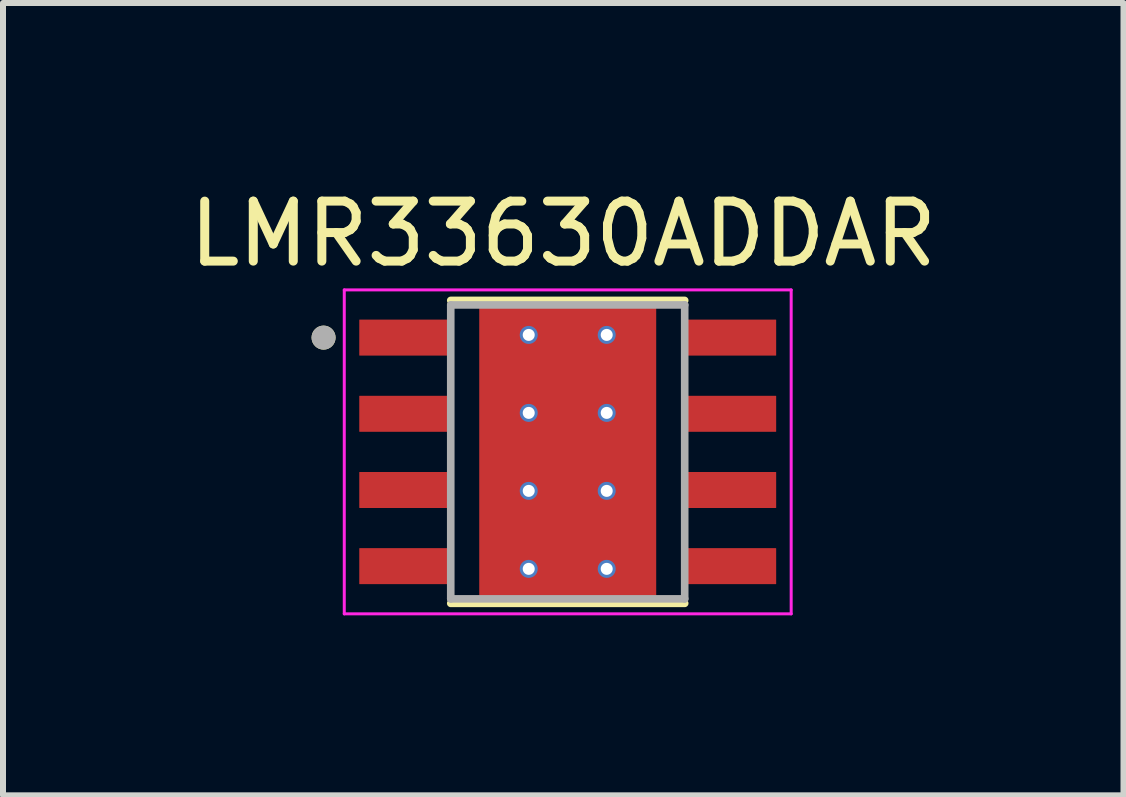
<source format=kicad_pcb>
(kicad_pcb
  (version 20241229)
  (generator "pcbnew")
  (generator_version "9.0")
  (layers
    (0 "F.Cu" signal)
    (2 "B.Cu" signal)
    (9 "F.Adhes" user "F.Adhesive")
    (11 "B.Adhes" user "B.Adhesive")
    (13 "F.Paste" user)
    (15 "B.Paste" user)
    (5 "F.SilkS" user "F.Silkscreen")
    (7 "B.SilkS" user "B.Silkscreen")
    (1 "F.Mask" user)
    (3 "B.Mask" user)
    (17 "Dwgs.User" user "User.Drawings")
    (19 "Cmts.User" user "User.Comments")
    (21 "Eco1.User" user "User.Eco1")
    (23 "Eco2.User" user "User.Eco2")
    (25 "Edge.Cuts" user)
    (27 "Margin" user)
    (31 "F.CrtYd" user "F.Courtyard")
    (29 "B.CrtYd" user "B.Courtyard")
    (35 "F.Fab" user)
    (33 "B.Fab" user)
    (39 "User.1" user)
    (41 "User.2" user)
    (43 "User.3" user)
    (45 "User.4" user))
  (footprint "LMR33630ADDAR"
    (layer "F.Cu")
    (at 6.414 4.483)
    (property "Reference" "LMR33630ADDAR" (at -0.075 -3.635 0) (layer "F.SilkS") (effects (font (size 1 1) (thickness 0.15))))
    (attr smd)
    (fp_poly (pts (xy -1.355 -1.7) (xy 1.355 -1.7) (xy 1.355 1.7) (xy -1.355 1.7)) (stroke (width 0.01) (type solid)) (fill yes) (layer "F.Mask"))
    (fp_poly (pts (xy -1.905 -1.535) (xy -3.495 -1.535) (xy -3.498 -1.535) (xy -3.5 -1.535) (xy -3.503 -1.536) (xy -3.505 -1.536) (xy -3.508 -1.537) (xy -3.51 -1.537) (xy -3.513 -1.538) (xy -3.515 -1.539) (xy -3.518 -1.54) (xy -3.52 -1.542) (xy -3.522 -1.543) (xy -3.524 -1.545) (xy -3.526 -1.546) (xy -3.528 -1.548) (xy -3.53 -1.55) (xy -3.532 -1.552) (xy -3.534 -1.554) (xy -3.535 -1.556) (xy -3.537 -1.558) (xy -3.538 -1.56) (xy -3.54 -1.562) (xy -3.541 -1.565) (xy -3.542 -1.567) (xy -3.543 -1.57) (xy -3.543 -1.572) (xy -3.544 -1.575) (xy -3.544 -1.577) (xy -3.545 -1.58) (xy -3.545 -1.582) (xy -3.545 -1.585) (xy -3.545 -2.225) (xy -3.545 -2.228) (xy -3.545 -2.23) (xy -3.544 -2.233) (xy -3.544 -2.235) (xy -3.543 -2.238) (xy -3.543 -2.24) (xy -3.542 -2.243) (xy -3.541 -2.245) (xy -3.54 -2.248) (xy -3.538 -2.25) (xy -3.537 -2.252) (xy -3.535 -2.254) (xy -3.534 -2.256) (xy -3.532 -2.258) (xy -3.53 -2.26) (xy -3.528 -2.262) (xy -3.526 -2.264) (xy -3.524 -2.265) (xy -3.522 -2.267) (xy -3.52 -2.268) (xy -3.518 -2.27) (xy -3.515 -2.271) (xy -3.513 -2.272) (xy -3.51 -2.273) (xy -3.508 -2.273) (xy -3.505 -2.274) (xy -3.503 -2.274) (xy -3.5 -2.275) (xy -3.498 -2.275) (xy -3.495 -2.275) (xy -1.905 -2.275) (xy -1.902 -2.275) (xy -1.9 -2.275) (xy -1.897 -2.274) (xy -1.895 -2.274) (xy -1.892 -2.273) (xy -1.89 -2.273) (xy -1.887 -2.272) (xy -1.885 -2.271) (xy -1.882 -2.27) (xy -1.88 -2.268) (xy -1.878 -2.267) (xy -1.876 -2.265) (xy -1.874 -2.264) (xy -1.872 -2.262) (xy -1.87 -2.26) (xy -1.868 -2.258) (xy -1.866 -2.256) (xy -1.865 -2.254) (xy -1.863 -2.252) (xy -1.862 -2.25) (xy -1.86 -2.248) (xy -1.859 -2.245) (xy -1.858 -2.243) (xy -1.857 -2.24) (xy -1.857 -2.238) (xy -1.856 -2.235) (xy -1.856 -2.233) (xy -1.855 -2.23) (xy -1.855 -2.228) (xy -1.855 -2.225) (xy -1.855 -1.585) (xy -1.855 -1.582) (xy -1.855 -1.58) (xy -1.856 -1.577) (xy -1.856 -1.575) (xy -1.857 -1.572) (xy -1.857 -1.57) (xy -1.858 -1.567) (xy -1.859 -1.565) (xy -1.86 -1.562) (xy -1.862 -1.56) (xy -1.863 -1.558) (xy -1.865 -1.556) (xy -1.866 -1.554) (xy -1.868 -1.552) (xy -1.87 -1.55) (xy -1.872 -1.548) (xy -1.874 -1.546) (xy -1.876 -1.545) (xy -1.878 -1.543) (xy -1.88 -1.542) (xy -1.882 -1.54) (xy -1.885 -1.539) (xy -1.887 -1.538) (xy -1.89 -1.537) (xy -1.892 -1.537) (xy -1.895 -1.536) (xy -1.897 -1.536) (xy -1.9 -1.535) (xy -1.902 -1.535) (xy -1.905 -1.535)) (stroke (width 0.01) (type solid)) (fill yes) (layer "F.Mask"))
    (fp_poly (pts (xy -1.905 -0.265) (xy -3.495 -0.265) (xy -3.498 -0.265) (xy -3.5 -0.265) (xy -3.503 -0.266) (xy -3.505 -0.266) (xy -3.508 -0.267) (xy -3.51 -0.267) (xy -3.513 -0.268) (xy -3.515 -0.269) (xy -3.518 -0.27) (xy -3.52 -0.272) (xy -3.522 -0.273) (xy -3.524 -0.275) (xy -3.526 -0.276) (xy -3.528 -0.278) (xy -3.53 -0.28) (xy -3.532 -0.282) (xy -3.534 -0.284) (xy -3.535 -0.286) (xy -3.537 -0.288) (xy -3.538 -0.29) (xy -3.54 -0.292) (xy -3.541 -0.295) (xy -3.542 -0.297) (xy -3.543 -0.3) (xy -3.543 -0.302) (xy -3.544 -0.305) (xy -3.544 -0.307) (xy -3.545 -0.31) (xy -3.545 -0.312) (xy -3.545 -0.315) (xy -3.545 -0.955) (xy -3.545 -0.958) (xy -3.545 -0.96) (xy -3.544 -0.963) (xy -3.544 -0.965) (xy -3.543 -0.968) (xy -3.543 -0.97) (xy -3.542 -0.973) (xy -3.541 -0.975) (xy -3.54 -0.978) (xy -3.538 -0.98) (xy -3.537 -0.982) (xy -3.535 -0.984) (xy -3.534 -0.986) (xy -3.532 -0.988) (xy -3.53 -0.99) (xy -3.528 -0.992) (xy -3.526 -0.994) (xy -3.524 -0.995) (xy -3.522 -0.997) (xy -3.52 -0.998) (xy -3.518 -1) (xy -3.515 -1.001) (xy -3.513 -1.002) (xy -3.51 -1.003) (xy -3.508 -1.003) (xy -3.505 -1.004) (xy -3.503 -1.004) (xy -3.5 -1.005) (xy -3.498 -1.005) (xy -3.495 -1.005) (xy -1.905 -1.005) (xy -1.902 -1.005) (xy -1.9 -1.005) (xy -1.897 -1.004) (xy -1.895 -1.004) (xy -1.892 -1.003) (xy -1.89 -1.003) (xy -1.887 -1.002) (xy -1.885 -1.001) (xy -1.882 -1) (xy -1.88 -0.998) (xy -1.878 -0.997) (xy -1.876 -0.995) (xy -1.874 -0.994) (xy -1.872 -0.992) (xy -1.87 -0.99) (xy -1.868 -0.988) (xy -1.866 -0.986) (xy -1.865 -0.984) (xy -1.863 -0.982) (xy -1.862 -0.98) (xy -1.86 -0.978) (xy -1.859 -0.975) (xy -1.858 -0.973) (xy -1.857 -0.97) (xy -1.857 -0.968) (xy -1.856 -0.965) (xy -1.856 -0.963) (xy -1.855 -0.96) (xy -1.855 -0.958) (xy -1.855 -0.955) (xy -1.855 -0.315) (xy -1.855 -0.312) (xy -1.855 -0.31) (xy -1.856 -0.307) (xy -1.856 -0.305) (xy -1.857 -0.302) (xy -1.857 -0.3) (xy -1.858 -0.297) (xy -1.859 -0.295) (xy -1.86 -0.292) (xy -1.862 -0.29) (xy -1.863 -0.288) (xy -1.865 -0.286) (xy -1.866 -0.284) (xy -1.868 -0.282) (xy -1.87 -0.28) (xy -1.872 -0.278) (xy -1.874 -0.276) (xy -1.876 -0.275) (xy -1.878 -0.273) (xy -1.88 -0.272) (xy -1.882 -0.27) (xy -1.885 -0.269) (xy -1.887 -0.268) (xy -1.89 -0.267) (xy -1.892 -0.267) (xy -1.895 -0.266) (xy -1.897 -0.266) (xy -1.9 -0.265) (xy -1.902 -0.265) (xy -1.905 -0.265)) (stroke (width 0.01) (type solid)) (fill yes) (layer "F.Mask"))
    (fp_poly (pts (xy -1.905 1.005) (xy -3.495 1.005) (xy -3.498 1.005) (xy -3.5 1.005) (xy -3.503 1.004) (xy -3.505 1.004) (xy -3.508 1.003) (xy -3.51 1.003) (xy -3.513 1.002) (xy -3.515 1.001) (xy -3.518 1) (xy -3.52 0.998) (xy -3.522 0.997) (xy -3.524 0.995) (xy -3.526 0.994) (xy -3.528 0.992) (xy -3.53 0.99) (xy -3.532 0.988) (xy -3.534 0.986) (xy -3.535 0.984) (xy -3.537 0.982) (xy -3.538 0.98) (xy -3.54 0.978) (xy -3.541 0.975) (xy -3.542 0.973) (xy -3.543 0.97) (xy -3.543 0.968) (xy -3.544 0.965) (xy -3.544 0.963) (xy -3.545 0.96) (xy -3.545 0.958) (xy -3.545 0.955) (xy -3.545 0.315) (xy -3.545 0.312) (xy -3.545 0.31) (xy -3.544 0.307) (xy -3.544 0.305) (xy -3.543 0.302) (xy -3.543 0.3) (xy -3.542 0.297) (xy -3.541 0.295) (xy -3.54 0.292) (xy -3.538 0.29) (xy -3.537 0.288) (xy -3.535 0.286) (xy -3.534 0.284) (xy -3.532 0.282) (xy -3.53 0.28) (xy -3.528 0.278) (xy -3.526 0.276) (xy -3.524 0.275) (xy -3.522 0.273) (xy -3.52 0.272) (xy -3.518 0.27) (xy -3.515 0.269) (xy -3.513 0.268) (xy -3.51 0.267) (xy -3.508 0.267) (xy -3.505 0.266) (xy -3.503 0.266) (xy -3.5 0.265) (xy -3.498 0.265) (xy -3.495 0.265) (xy -1.905 0.265) (xy -1.902 0.265) (xy -1.9 0.265) (xy -1.897 0.266) (xy -1.895 0.266) (xy -1.892 0.267) (xy -1.89 0.267) (xy -1.887 0.268) (xy -1.885 0.269) (xy -1.882 0.27) (xy -1.88 0.272) (xy -1.878 0.273) (xy -1.876 0.275) (xy -1.874 0.276) (xy -1.872 0.278) (xy -1.87 0.28) (xy -1.868 0.282) (xy -1.866 0.284) (xy -1.865 0.286) (xy -1.863 0.288) (xy -1.862 0.29) (xy -1.86 0.292) (xy -1.859 0.295) (xy -1.858 0.297) (xy -1.857 0.3) (xy -1.857 0.302) (xy -1.856 0.305) (xy -1.856 0.307) (xy -1.855 0.31) (xy -1.855 0.312) (xy -1.855 0.315) (xy -1.855 0.955) (xy -1.855 0.958) (xy -1.855 0.96) (xy -1.856 0.963) (xy -1.856 0.965) (xy -1.857 0.968) (xy -1.857 0.97) (xy -1.858 0.973) (xy -1.859 0.975) (xy -1.86 0.978) (xy -1.862 0.98) (xy -1.863 0.982) (xy -1.865 0.984) (xy -1.866 0.986) (xy -1.868 0.988) (xy -1.87 0.99) (xy -1.872 0.992) (xy -1.874 0.994) (xy -1.876 0.995) (xy -1.878 0.997) (xy -1.88 0.998) (xy -1.882 1) (xy -1.885 1.001) (xy -1.887 1.002) (xy -1.89 1.003) (xy -1.892 1.003) (xy -1.895 1.004) (xy -1.897 1.004) (xy -1.9 1.005) (xy -1.902 1.005) (xy -1.905 1.005)) (stroke (width 0.01) (type solid)) (fill yes) (layer "F.Mask"))
    (fp_poly (pts (xy -1.905 2.275) (xy -3.495 2.275) (xy -3.498 2.275) (xy -3.5 2.275) (xy -3.503 2.274) (xy -3.505 2.274) (xy -3.508 2.273) (xy -3.51 2.273) (xy -3.513 2.272) (xy -3.515 2.271) (xy -3.518 2.27) (xy -3.52 2.268) (xy -3.522 2.267) (xy -3.524 2.265) (xy -3.526 2.264) (xy -3.528 2.262) (xy -3.53 2.26) (xy -3.532 2.258) (xy -3.534 2.256) (xy -3.535 2.254) (xy -3.537 2.252) (xy -3.538 2.25) (xy -3.54 2.248) (xy -3.541 2.245) (xy -3.542 2.243) (xy -3.543 2.24) (xy -3.543 2.238) (xy -3.544 2.235) (xy -3.544 2.233) (xy -3.545 2.23) (xy -3.545 2.228) (xy -3.545 2.225) (xy -3.545 1.585) (xy -3.545 1.582) (xy -3.545 1.58) (xy -3.544 1.577) (xy -3.544 1.575) (xy -3.543 1.572) (xy -3.543 1.57) (xy -3.542 1.567) (xy -3.541 1.565) (xy -3.54 1.562) (xy -3.538 1.56) (xy -3.537 1.558) (xy -3.535 1.556) (xy -3.534 1.554) (xy -3.532 1.552) (xy -3.53 1.55) (xy -3.528 1.548) (xy -3.526 1.546) (xy -3.524 1.545) (xy -3.522 1.543) (xy -3.52 1.542) (xy -3.518 1.54) (xy -3.515 1.539) (xy -3.513 1.538) (xy -3.51 1.537) (xy -3.508 1.537) (xy -3.505 1.536) (xy -3.503 1.536) (xy -3.5 1.535) (xy -3.498 1.535) (xy -3.495 1.535) (xy -1.905 1.535) (xy -1.902 1.535) (xy -1.9 1.535) (xy -1.897 1.536) (xy -1.895 1.536) (xy -1.892 1.537) (xy -1.89 1.537) (xy -1.887 1.538) (xy -1.885 1.539) (xy -1.882 1.54) (xy -1.88 1.542) (xy -1.878 1.543) (xy -1.876 1.545) (xy -1.874 1.546) (xy -1.872 1.548) (xy -1.87 1.55) (xy -1.868 1.552) (xy -1.866 1.554) (xy -1.865 1.556) (xy -1.863 1.558) (xy -1.862 1.56) (xy -1.86 1.562) (xy -1.859 1.565) (xy -1.858 1.567) (xy -1.857 1.57) (xy -1.857 1.572) (xy -1.856 1.575) (xy -1.856 1.577) (xy -1.855 1.58) (xy -1.855 1.582) (xy -1.855 1.585) (xy -1.855 2.225) (xy -1.855 2.228) (xy -1.855 2.23) (xy -1.856 2.233) (xy -1.856 2.235) (xy -1.857 2.238) (xy -1.857 2.24) (xy -1.858 2.243) (xy -1.859 2.245) (xy -1.86 2.248) (xy -1.862 2.25) (xy -1.863 2.252) (xy -1.865 2.254) (xy -1.866 2.256) (xy -1.868 2.258) (xy -1.87 2.26) (xy -1.872 2.262) (xy -1.874 2.264) (xy -1.876 2.265) (xy -1.878 2.267) (xy -1.88 2.268) (xy -1.882 2.27) (xy -1.885 2.271) (xy -1.887 2.272) (xy -1.89 2.273) (xy -1.892 2.273) (xy -1.895 2.274) (xy -1.897 2.274) (xy -1.9 2.275) (xy -1.902 2.275) (xy -1.905 2.275)) (stroke (width 0.01) (type solid)) (fill yes) (layer "F.Mask"))
    (fp_poly (pts (xy 3.495 -1.535) (xy 1.905 -1.535) (xy 1.902 -1.535) (xy 1.9 -1.535) (xy 1.897 -1.536) (xy 1.895 -1.536) (xy 1.892 -1.537) (xy 1.89 -1.537) (xy 1.887 -1.538) (xy 1.885 -1.539) (xy 1.882 -1.54) (xy 1.88 -1.542) (xy 1.878 -1.543) (xy 1.876 -1.545) (xy 1.874 -1.546) (xy 1.872 -1.548) (xy 1.87 -1.55) (xy 1.868 -1.552) (xy 1.866 -1.554) (xy 1.865 -1.556) (xy 1.863 -1.558) (xy 1.862 -1.56) (xy 1.86 -1.562) (xy 1.859 -1.565) (xy 1.858 -1.567) (xy 1.857 -1.57) (xy 1.857 -1.572) (xy 1.856 -1.575) (xy 1.856 -1.577) (xy 1.855 -1.58) (xy 1.855 -1.582) (xy 1.855 -1.585) (xy 1.855 -2.225) (xy 1.855 -2.228) (xy 1.855 -2.23) (xy 1.856 -2.233) (xy 1.856 -2.235) (xy 1.857 -2.238) (xy 1.857 -2.24) (xy 1.858 -2.243) (xy 1.859 -2.245) (xy 1.86 -2.248) (xy 1.862 -2.25) (xy 1.863 -2.252) (xy 1.865 -2.254) (xy 1.866 -2.256) (xy 1.868 -2.258) (xy 1.87 -2.26) (xy 1.872 -2.262) (xy 1.874 -2.264) (xy 1.876 -2.265) (xy 1.878 -2.267) (xy 1.88 -2.268) (xy 1.882 -2.27) (xy 1.885 -2.271) (xy 1.887 -2.272) (xy 1.89 -2.273) (xy 1.892 -2.273) (xy 1.895 -2.274) (xy 1.897 -2.274) (xy 1.9 -2.275) (xy 1.902 -2.275) (xy 1.905 -2.275) (xy 3.495 -2.275) (xy 3.498 -2.275) (xy 3.5 -2.275) (xy 3.503 -2.274) (xy 3.505 -2.274) (xy 3.508 -2.273) (xy 3.51 -2.273) (xy 3.513 -2.272) (xy 3.515 -2.271) (xy 3.518 -2.27) (xy 3.52 -2.268) (xy 3.522 -2.267) (xy 3.524 -2.265) (xy 3.526 -2.264) (xy 3.528 -2.262) (xy 3.53 -2.26) (xy 3.532 -2.258) (xy 3.534 -2.256) (xy 3.535 -2.254) (xy 3.537 -2.252) (xy 3.538 -2.25) (xy 3.54 -2.248) (xy 3.541 -2.245) (xy 3.542 -2.243) (xy 3.543 -2.24) (xy 3.543 -2.238) (xy 3.544 -2.235) (xy 3.544 -2.233) (xy 3.545 -2.23) (xy 3.545 -2.228) (xy 3.545 -2.225) (xy 3.545 -1.585) (xy 3.545 -1.582) (xy 3.545 -1.58) (xy 3.544 -1.577) (xy 3.544 -1.575) (xy 3.543 -1.572) (xy 3.543 -1.57) (xy 3.542 -1.567) (xy 3.541 -1.565) (xy 3.54 -1.562) (xy 3.538 -1.56) (xy 3.537 -1.558) (xy 3.535 -1.556) (xy 3.534 -1.554) (xy 3.532 -1.552) (xy 3.53 -1.55) (xy 3.528 -1.548) (xy 3.526 -1.546) (xy 3.524 -1.545) (xy 3.522 -1.543) (xy 3.52 -1.542) (xy 3.518 -1.54) (xy 3.515 -1.539) (xy 3.513 -1.538) (xy 3.51 -1.537) (xy 3.508 -1.537) (xy 3.505 -1.536) (xy 3.503 -1.536) (xy 3.5 -1.535) (xy 3.498 -1.535) (xy 3.495 -1.535)) (stroke (width 0.01) (type solid)) (fill yes) (layer "F.Mask"))
    (fp_poly (pts (xy 3.495 -0.265) (xy 1.905 -0.265) (xy 1.902 -0.265) (xy 1.9 -0.265) (xy 1.897 -0.266) (xy 1.895 -0.266) (xy 1.892 -0.267) (xy 1.89 -0.267) (xy 1.887 -0.268) (xy 1.885 -0.269) (xy 1.882 -0.27) (xy 1.88 -0.272) (xy 1.878 -0.273) (xy 1.876 -0.275) (xy 1.874 -0.276) (xy 1.872 -0.278) (xy 1.87 -0.28) (xy 1.868 -0.282) (xy 1.866 -0.284) (xy 1.865 -0.286) (xy 1.863 -0.288) (xy 1.862 -0.29) (xy 1.86 -0.292) (xy 1.859 -0.295) (xy 1.858 -0.297) (xy 1.857 -0.3) (xy 1.857 -0.302) (xy 1.856 -0.305) (xy 1.856 -0.307) (xy 1.855 -0.31) (xy 1.855 -0.312) (xy 1.855 -0.315) (xy 1.855 -0.955) (xy 1.855 -0.958) (xy 1.855 -0.96) (xy 1.856 -0.963) (xy 1.856 -0.965) (xy 1.857 -0.968) (xy 1.857 -0.97) (xy 1.858 -0.973) (xy 1.859 -0.975) (xy 1.86 -0.978) (xy 1.862 -0.98) (xy 1.863 -0.982) (xy 1.865 -0.984) (xy 1.866 -0.986) (xy 1.868 -0.988) (xy 1.87 -0.99) (xy 1.872 -0.992) (xy 1.874 -0.994) (xy 1.876 -0.995) (xy 1.878 -0.997) (xy 1.88 -0.998) (xy 1.882 -1) (xy 1.885 -1.001) (xy 1.887 -1.002) (xy 1.89 -1.003) (xy 1.892 -1.003) (xy 1.895 -1.004) (xy 1.897 -1.004) (xy 1.9 -1.005) (xy 1.902 -1.005) (xy 1.905 -1.005) (xy 3.495 -1.005) (xy 3.498 -1.005) (xy 3.5 -1.005) (xy 3.503 -1.004) (xy 3.505 -1.004) (xy 3.508 -1.003) (xy 3.51 -1.003) (xy 3.513 -1.002) (xy 3.515 -1.001) (xy 3.518 -1) (xy 3.52 -0.998) (xy 3.522 -0.997) (xy 3.524 -0.995) (xy 3.526 -0.994) (xy 3.528 -0.992) (xy 3.53 -0.99) (xy 3.532 -0.988) (xy 3.534 -0.986) (xy 3.535 -0.984) (xy 3.537 -0.982) (xy 3.538 -0.98) (xy 3.54 -0.978) (xy 3.541 -0.975) (xy 3.542 -0.973) (xy 3.543 -0.97) (xy 3.543 -0.968) (xy 3.544 -0.965) (xy 3.544 -0.963) (xy 3.545 -0.96) (xy 3.545 -0.958) (xy 3.545 -0.955) (xy 3.545 -0.315) (xy 3.545 -0.312) (xy 3.545 -0.31) (xy 3.544 -0.307) (xy 3.544 -0.305) (xy 3.543 -0.302) (xy 3.543 -0.3) (xy 3.542 -0.297) (xy 3.541 -0.295) (xy 3.54 -0.292) (xy 3.538 -0.29) (xy 3.537 -0.288) (xy 3.535 -0.286) (xy 3.534 -0.284) (xy 3.532 -0.282) (xy 3.53 -0.28) (xy 3.528 -0.278) (xy 3.526 -0.276) (xy 3.524 -0.275) (xy 3.522 -0.273) (xy 3.52 -0.272) (xy 3.518 -0.27) (xy 3.515 -0.269) (xy 3.513 -0.268) (xy 3.51 -0.267) (xy 3.508 -0.267) (xy 3.505 -0.266) (xy 3.503 -0.266) (xy 3.5 -0.265) (xy 3.498 -0.265) (xy 3.495 -0.265)) (stroke (width 0.01) (type solid)) (fill yes) (layer "F.Mask"))
    (fp_poly (pts (xy 3.495 1.005) (xy 1.905 1.005) (xy 1.902 1.005) (xy 1.9 1.005) (xy 1.897 1.004) (xy 1.895 1.004) (xy 1.892 1.003) (xy 1.89 1.003) (xy 1.887 1.002) (xy 1.885 1.001) (xy 1.882 1) (xy 1.88 0.998) (xy 1.878 0.997) (xy 1.876 0.995) (xy 1.874 0.994) (xy 1.872 0.992) (xy 1.87 0.99) (xy 1.868 0.988) (xy 1.866 0.986) (xy 1.865 0.984) (xy 1.863 0.982) (xy 1.862 0.98) (xy 1.86 0.978) (xy 1.859 0.975) (xy 1.858 0.973) (xy 1.857 0.97) (xy 1.857 0.968) (xy 1.856 0.965) (xy 1.856 0.963) (xy 1.855 0.96) (xy 1.855 0.958) (xy 1.855 0.955) (xy 1.855 0.315) (xy 1.855 0.312) (xy 1.855 0.31) (xy 1.856 0.307) (xy 1.856 0.305) (xy 1.857 0.302) (xy 1.857 0.3) (xy 1.858 0.297) (xy 1.859 0.295) (xy 1.86 0.292) (xy 1.862 0.29) (xy 1.863 0.288) (xy 1.865 0.286) (xy 1.866 0.284) (xy 1.868 0.282) (xy 1.87 0.28) (xy 1.872 0.278) (xy 1.874 0.276) (xy 1.876 0.275) (xy 1.878 0.273) (xy 1.88 0.272) (xy 1.882 0.27) (xy 1.885 0.269) (xy 1.887 0.268) (xy 1.89 0.267) (xy 1.892 0.267) (xy 1.895 0.266) (xy 1.897 0.266) (xy 1.9 0.265) (xy 1.902 0.265) (xy 1.905 0.265) (xy 3.495 0.265) (xy 3.498 0.265) (xy 3.5 0.265) (xy 3.503 0.266) (xy 3.505 0.266) (xy 3.508 0.267) (xy 3.51 0.267) (xy 3.513 0.268) (xy 3.515 0.269) (xy 3.518 0.27) (xy 3.52 0.272) (xy 3.522 0.273) (xy 3.524 0.275) (xy 3.526 0.276) (xy 3.528 0.278) (xy 3.53 0.28) (xy 3.532 0.282) (xy 3.534 0.284) (xy 3.535 0.286) (xy 3.537 0.288) (xy 3.538 0.29) (xy 3.54 0.292) (xy 3.541 0.295) (xy 3.542 0.297) (xy 3.543 0.3) (xy 3.543 0.302) (xy 3.544 0.305) (xy 3.544 0.307) (xy 3.545 0.31) (xy 3.545 0.312) (xy 3.545 0.315) (xy 3.545 0.955) (xy 3.545 0.958) (xy 3.545 0.96) (xy 3.544 0.963) (xy 3.544 0.965) (xy 3.543 0.968) (xy 3.543 0.97) (xy 3.542 0.973) (xy 3.541 0.975) (xy 3.54 0.978) (xy 3.538 0.98) (xy 3.537 0.982) (xy 3.535 0.984) (xy 3.534 0.986) (xy 3.532 0.988) (xy 3.53 0.99) (xy 3.528 0.992) (xy 3.526 0.994) (xy 3.524 0.995) (xy 3.522 0.997) (xy 3.52 0.998) (xy 3.518 1) (xy 3.515 1.001) (xy 3.513 1.002) (xy 3.51 1.003) (xy 3.508 1.003) (xy 3.505 1.004) (xy 3.503 1.004) (xy 3.5 1.005) (xy 3.498 1.005) (xy 3.495 1.005)) (stroke (width 0.01) (type solid)) (fill yes) (layer "F.Mask"))
    (fp_poly (pts (xy 3.495 2.275) (xy 1.905 2.275) (xy 1.902 2.275) (xy 1.9 2.275) (xy 1.897 2.274) (xy 1.895 2.274) (xy 1.892 2.273) (xy 1.89 2.273) (xy 1.887 2.272) (xy 1.885 2.271) (xy 1.882 2.27) (xy 1.88 2.268) (xy 1.878 2.267) (xy 1.876 2.265) (xy 1.874 2.264) (xy 1.872 2.262) (xy 1.87 2.26) (xy 1.868 2.258) (xy 1.866 2.256) (xy 1.865 2.254) (xy 1.863 2.252) (xy 1.862 2.25) (xy 1.86 2.248) (xy 1.859 2.245) (xy 1.858 2.243) (xy 1.857 2.24) (xy 1.857 2.238) (xy 1.856 2.235) (xy 1.856 2.233) (xy 1.855 2.23) (xy 1.855 2.228) (xy 1.855 2.225) (xy 1.855 1.585) (xy 1.855 1.582) (xy 1.855 1.58) (xy 1.856 1.577) (xy 1.856 1.575) (xy 1.857 1.572) (xy 1.857 1.57) (xy 1.858 1.567) (xy 1.859 1.565) (xy 1.86 1.562) (xy 1.862 1.56) (xy 1.863 1.558) (xy 1.865 1.556) (xy 1.866 1.554) (xy 1.868 1.552) (xy 1.87 1.55) (xy 1.872 1.548) (xy 1.874 1.546) (xy 1.876 1.545) (xy 1.878 1.543) (xy 1.88 1.542) (xy 1.882 1.54) (xy 1.885 1.539) (xy 1.887 1.538) (xy 1.89 1.537) (xy 1.892 1.537) (xy 1.895 1.536) (xy 1.897 1.536) (xy 1.9 1.535) (xy 1.902 1.535) (xy 1.905 1.535) (xy 3.495 1.535) (xy 3.498 1.535) (xy 3.5 1.535) (xy 3.503 1.536) (xy 3.505 1.536) (xy 3.508 1.537) (xy 3.51 1.537) (xy 3.513 1.538) (xy 3.515 1.539) (xy 3.518 1.54) (xy 3.52 1.542) (xy 3.522 1.543) (xy 3.524 1.545) (xy 3.526 1.546) (xy 3.528 1.548) (xy 3.53 1.55) (xy 3.532 1.552) (xy 3.534 1.554) (xy 3.535 1.556) (xy 3.537 1.558) (xy 3.538 1.56) (xy 3.54 1.562) (xy 3.541 1.565) (xy 3.542 1.567) (xy 3.543 1.57) (xy 3.543 1.572) (xy 3.544 1.575) (xy 3.544 1.577) (xy 3.545 1.58) (xy 3.545 1.582) (xy 3.545 1.585) (xy 3.545 2.225) (xy 3.545 2.228) (xy 3.545 2.23) (xy 3.544 2.233) (xy 3.544 2.235) (xy 3.543 2.238) (xy 3.543 2.24) (xy 3.542 2.243) (xy 3.541 2.245) (xy 3.54 2.248) (xy 3.538 2.25) (xy 3.537 2.252) (xy 3.535 2.254) (xy 3.534 2.256) (xy 3.532 2.258) (xy 3.53 2.26) (xy 3.528 2.262) (xy 3.526 2.264) (xy 3.524 2.265) (xy 3.522 2.267) (xy 3.52 2.268) (xy 3.518 2.27) (xy 3.515 2.271) (xy 3.513 2.272) (xy 3.51 2.273) (xy 3.508 2.273) (xy 3.505 2.274) (xy 3.503 2.274) (xy 3.5 2.275) (xy 3.498 2.275) (xy 3.495 2.275)) (stroke (width 0.01) (type solid)) (fill yes) (layer "F.Mask"))
    (fp_line (start -1.95 -2.525) (end 1.95 -2.525) (stroke (width 0.127) (type solid)) (layer "F.SilkS"))
    (fp_line (start -1.95 2.525) (end 1.95 2.525) (stroke (width 0.127) (type solid)) (layer "F.SilkS"))
    (fp_circle (center -4.07 -1.905) (end -3.97 -1.905) (stroke (width 0.2) (type solid)) (fill no) (layer "F.SilkS"))
    (fp_poly (pts (xy -1.355 -1.7) (xy 1.355 -1.7) (xy 1.355 1.7) (xy -1.355 1.7)) (stroke (width 0.01) (type solid)) (fill yes) (layer "F.Paste"))
    (fp_line (start -3.725 -2.7) (end -3.725 2.7) (stroke (width 0.05) (type solid)) (layer "F.CrtYd"))
    (fp_line (start -3.725 -2.7) (end 3.725 -2.7) (stroke (width 0.05) (type solid)) (layer "F.CrtYd"))
    (fp_line (start -3.725 2.7) (end 3.725 2.7) (stroke (width 0.05) (type solid)) (layer "F.CrtYd"))
    (fp_line (start 3.725 -2.7) (end 3.725 2.7) (stroke (width 0.05) (type solid)) (layer "F.CrtYd"))
    (fp_line (start -1.95 -2.45) (end -1.95 2.45) (stroke (width 0.127) (type solid)) (layer "F.Fab"))
    (fp_line (start -1.95 -2.45) (end 1.95 -2.45) (stroke (width 0.127) (type solid)) (layer "F.Fab"))
    (fp_line (start -1.95 2.45) (end 1.95 2.45) (stroke (width 0.127) (type solid)) (layer "F.Fab"))
    (fp_line (start 1.95 -2.45) (end 1.95 2.45) (stroke (width 0.127) (type solid)) (layer "F.Fab"))
    (fp_circle (center -4.07 -1.905) (end -3.97 -1.905) (stroke (width 0.2) (type solid)) (fill no) (layer "F.Fab"))
    (pad "1" smd roundrect (at -2.7 -1.905) (size 1.55 0.6) (layers "F.Cu" "F.Paste") (roundrect_rratio 0.01))
    (pad "2" smd roundrect (at -2.7 -0.635) (size 1.55 0.6) (layers "F.Cu" "F.Paste") (roundrect_rratio 0.01))
    (pad "3" smd roundrect (at -2.7 0.635) (size 1.55 0.6) (layers "F.Cu" "F.Paste") (roundrect_rratio 0.01))
    (pad "4" smd roundrect (at -2.7 1.905) (size 1.55 0.6) (layers "F.Cu" "F.Paste") (roundrect_rratio 0.01))
    (pad "5" smd roundrect (at 2.7 1.905) (size 1.55 0.6) (layers "F.Cu" "F.Paste") (roundrect_rratio 0.01))
    (pad "6" smd roundrect (at 2.7 0.635) (size 1.55 0.6) (layers "F.Cu" "F.Paste") (roundrect_rratio 0.01))
    (pad "7" smd roundrect (at 2.7 -0.635) (size 1.55 0.6) (layers "F.Cu" "F.Paste") (roundrect_rratio 0.01))
    (pad "8" smd roundrect (at 2.7 -1.905) (size 1.55 0.6) (layers "F.Cu" "F.Paste") (roundrect_rratio 0.01))
    (pad "9" smd rect (at 0 0) (size 2.95 4.9) (layers "F.Cu"))
    (pad "10" thru_hole circle (at -0.65 -1.95) (size 0.3 0.3) (drill 0.2) (layers "*.Cu" "*.Mask"))
    (pad "11" thru_hole circle (at 0.65 -1.95) (size 0.3 0.3) (drill 0.2) (layers "*.Cu" "*.Mask"))
    (pad "12" thru_hole circle (at -0.65 -0.65) (size 0.3 0.3) (drill 0.2) (layers "*.Cu" "*.Mask"))
    (pad "13" thru_hole circle (at 0.65 -0.65) (size 0.3 0.3) (drill 0.2) (layers "*.Cu" "*.Mask"))
    (pad "14" thru_hole circle (at -0.65 0.65) (size 0.3 0.3) (drill 0.2) (layers "*.Cu" "*.Mask"))
    (pad "15" thru_hole circle (at 0.65 0.65) (size 0.3 0.3) (drill 0.2) (layers "*.Cu" "*.Mask"))
    (pad "16" thru_hole circle (at -0.65 1.95) (size 0.3 0.3) (drill 0.2) (layers "*.Cu" "*.Mask"))
    (pad "17" thru_hole circle (at 0.65 1.95) (size 0.3 0.3) (drill 0.2) (layers "*.Cu" "*.Mask")))
  (gr_rect
    (start -3 -3)
    (end 15.679 10.208)
    (stroke (width 0.1) (type default))
    (fill no)
    (layer "Edge.Cuts")))
</source>
